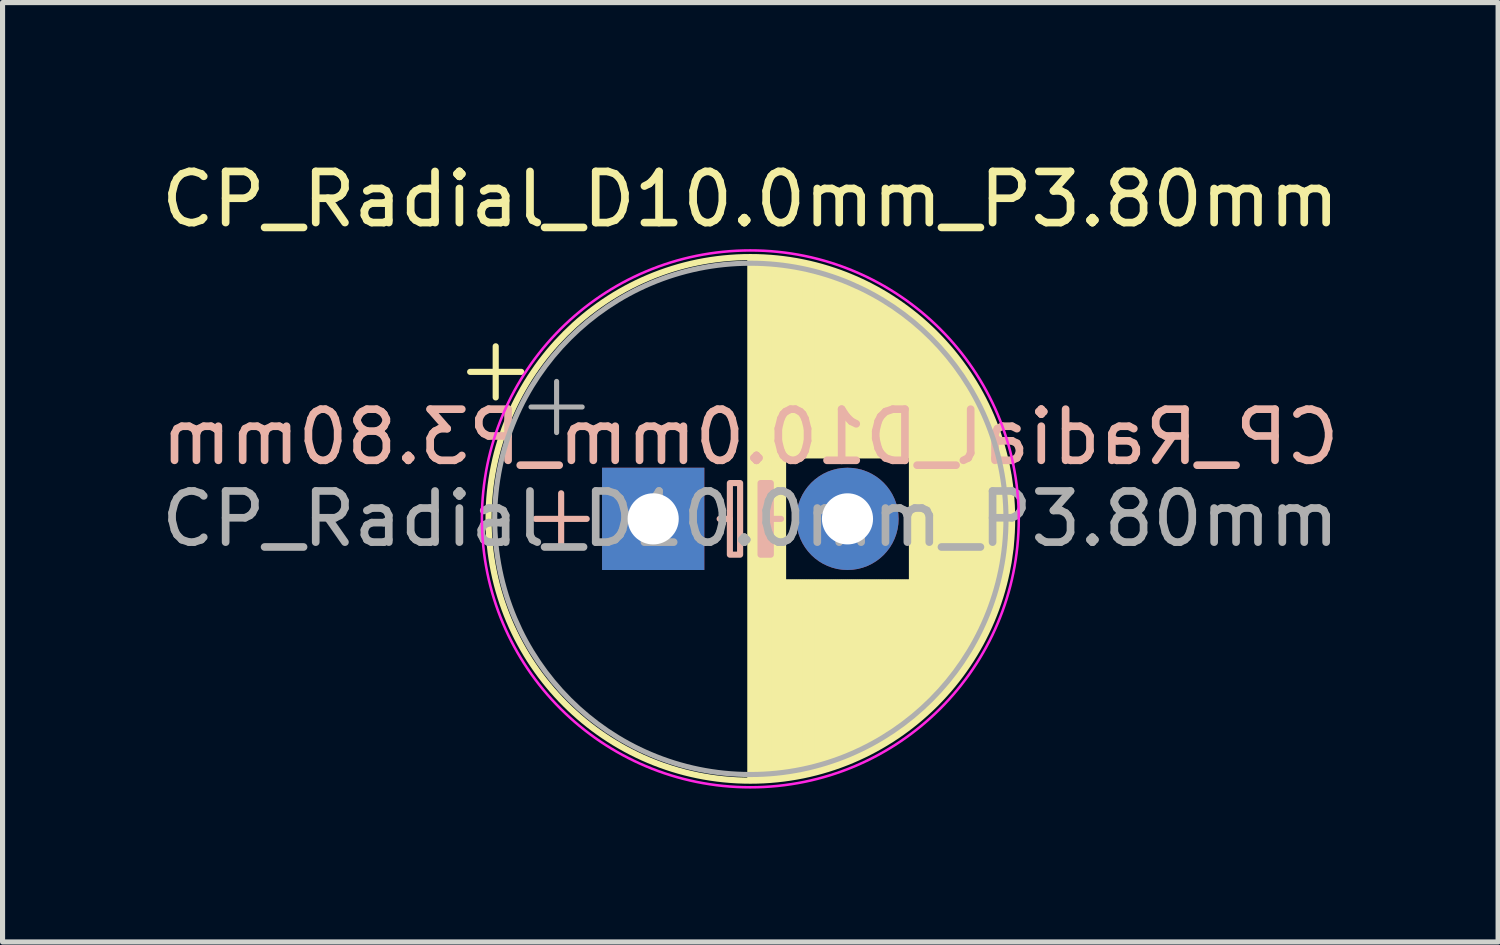
<source format=kicad_pcb>
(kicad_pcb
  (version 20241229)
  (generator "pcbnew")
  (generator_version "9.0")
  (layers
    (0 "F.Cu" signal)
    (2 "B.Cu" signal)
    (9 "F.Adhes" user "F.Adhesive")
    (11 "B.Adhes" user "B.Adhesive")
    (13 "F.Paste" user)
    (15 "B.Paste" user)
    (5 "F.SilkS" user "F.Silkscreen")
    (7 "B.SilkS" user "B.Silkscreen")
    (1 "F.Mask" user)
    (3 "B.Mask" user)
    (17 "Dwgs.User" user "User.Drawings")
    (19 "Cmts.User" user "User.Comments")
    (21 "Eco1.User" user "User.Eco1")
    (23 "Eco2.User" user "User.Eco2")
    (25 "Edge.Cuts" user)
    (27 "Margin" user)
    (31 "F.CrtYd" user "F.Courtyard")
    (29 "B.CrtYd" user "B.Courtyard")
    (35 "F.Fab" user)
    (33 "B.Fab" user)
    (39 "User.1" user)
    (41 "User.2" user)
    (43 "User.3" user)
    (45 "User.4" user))
  (footprint "CP_Radial_D10.0mm_P3.80mm"
    (layer "F.Cu")
    (at 9.725 7.098)
    (property "Reference" "CP_Radial_D10.0mm_P3.80mm" (at 1.9 -6.25 0) (layer "F.SilkS") (effects (font (size 1 1) (thickness 0.15))))
    (fp_line (start -3.58 -2.875) (end -2.58 -2.875) (stroke (width 0.12) (type solid)) (layer "F.SilkS"))
    (fp_line (start -3.08 -3.375) (end -3.08 -2.375) (stroke (width 0.12) (type solid)) (layer "F.SilkS"))
    (fp_line (start 1.9 -5.08) (end 1.9 5.08) (stroke (width 0.12) (type solid)) (layer "F.SilkS"))
    (fp_line (start 1.94 -5.08) (end 1.94 5.08) (stroke (width 0.12) (type solid)) (layer "F.SilkS"))
    (fp_line (start 1.98 -5.08) (end 1.98 5.08) (stroke (width 0.12) (type solid)) (layer "F.SilkS"))
    (fp_line (start 2.02 -5.079) (end 2.02 5.079) (stroke (width 0.12) (type solid)) (layer "F.SilkS"))
    (fp_line (start 2.06 -5.078) (end 2.06 5.078) (stroke (width 0.12) (type solid)) (layer "F.SilkS"))
    (fp_line (start 2.1 -5.077) (end 2.1 5.077) (stroke (width 0.12) (type solid)) (layer "F.SilkS"))
    (fp_line (start 2.14 -5.075) (end 2.14 5.075) (stroke (width 0.12) (type solid)) (layer "F.SilkS"))
    (fp_line (start 2.18 -5.073) (end 2.18 5.073) (stroke (width 0.12) (type solid)) (layer "F.SilkS"))
    (fp_line (start 2.22 -5.07) (end 2.22 5.07) (stroke (width 0.12) (type solid)) (layer "F.SilkS"))
    (fp_line (start 2.26 -5.068) (end 2.26 5.068) (stroke (width 0.12) (type solid)) (layer "F.SilkS"))
    (fp_line (start 2.3 -5.065) (end 2.3 5.065) (stroke (width 0.12) (type solid)) (layer "F.SilkS"))
    (fp_line (start 2.34 -5.062) (end 2.34 5.062) (stroke (width 0.12) (type solid)) (layer "F.SilkS"))
    (fp_line (start 2.38 -5.058) (end 2.38 5.058) (stroke (width 0.12) (type solid)) (layer "F.SilkS"))
    (fp_line (start 2.42 -5.054) (end 2.42 5.054) (stroke (width 0.12) (type solid)) (layer "F.SilkS"))
    (fp_line (start 2.46 -5.05) (end 2.46 5.05) (stroke (width 0.12) (type solid)) (layer "F.SilkS"))
    (fp_line (start 2.5 -5.045) (end 2.5 5.045) (stroke (width 0.12) (type solid)) (layer "F.SilkS"))
    (fp_line (start 2.54 -5.04) (end 2.54 5.04) (stroke (width 0.12) (type solid)) (layer "F.SilkS"))
    (fp_line (start 2.58 -5.035) (end 2.58 -1.241) (stroke (width 0.12) (type solid)) (layer "F.SilkS"))
    (fp_line (start 2.58 1.241) (end 2.58 5.035) (stroke (width 0.12) (type solid)) (layer "F.SilkS"))
    (fp_line (start 2.621 -5.03) (end 2.621 -1.241) (stroke (width 0.12) (type solid)) (layer "F.SilkS"))
    (fp_line (start 2.621 1.241) (end 2.621 5.03) (stroke (width 0.12) (type solid)) (layer "F.SilkS"))
    (fp_line (start 2.661 -5.024) (end 2.661 -1.241) (stroke (width 0.12) (type solid)) (layer "F.SilkS"))
    (fp_line (start 2.661 1.241) (end 2.661 5.024) (stroke (width 0.12) (type solid)) (layer "F.SilkS"))
    (fp_line (start 2.701 -5.018) (end 2.701 -1.241) (stroke (width 0.12) (type solid)) (layer "F.SilkS"))
    (fp_line (start 2.701 1.241) (end 2.701 5.018) (stroke (width 0.12) (type solid)) (layer "F.SilkS"))
    (fp_line (start 2.741 -5.011) (end 2.741 -1.241) (stroke (width 0.12) (type solid)) (layer "F.SilkS"))
    (fp_line (start 2.741 1.241) (end 2.741 5.011) (stroke (width 0.12) (type solid)) (layer "F.SilkS"))
    (fp_line (start 2.781 -5.004) (end 2.781 -1.241) (stroke (width 0.12) (type solid)) (layer "F.SilkS"))
    (fp_line (start 2.781 1.241) (end 2.781 5.004) (stroke (width 0.12) (type solid)) (layer "F.SilkS"))
    (fp_line (start 2.821 -4.997) (end 2.821 -1.241) (stroke (width 0.12) (type solid)) (layer "F.SilkS"))
    (fp_line (start 2.821 1.241) (end 2.821 4.997) (stroke (width 0.12) (type solid)) (layer "F.SilkS"))
    (fp_line (start 2.861 -4.99) (end 2.861 -1.241) (stroke (width 0.12) (type solid)) (layer "F.SilkS"))
    (fp_line (start 2.861 1.241) (end 2.861 4.99) (stroke (width 0.12) (type solid)) (layer "F.SilkS"))
    (fp_line (start 2.901 -4.982) (end 2.901 -1.241) (stroke (width 0.12) (type solid)) (layer "F.SilkS"))
    (fp_line (start 2.901 1.241) (end 2.901 4.982) (stroke (width 0.12) (type solid)) (layer "F.SilkS"))
    (fp_line (start 2.941 -4.974) (end 2.941 -1.241) (stroke (width 0.12) (type solid)) (layer "F.SilkS"))
    (fp_line (start 2.941 1.241) (end 2.941 4.974) (stroke (width 0.12) (type solid)) (layer "F.SilkS"))
    (fp_line (start 2.981 -4.965) (end 2.981 -1.241) (stroke (width 0.12) (type solid)) (layer "F.SilkS"))
    (fp_line (start 2.981 1.241) (end 2.981 4.965) (stroke (width 0.12) (type solid)) (layer "F.SilkS"))
    (fp_line (start 3.021 -4.956) (end 3.021 -1.241) (stroke (width 0.12) (type solid)) (layer "F.SilkS"))
    (fp_line (start 3.021 1.241) (end 3.021 4.956) (stroke (width 0.12) (type solid)) (layer "F.SilkS"))
    (fp_line (start 3.061 -4.947) (end 3.061 -1.241) (stroke (width 0.12) (type solid)) (layer "F.SilkS"))
    (fp_line (start 3.061 1.241) (end 3.061 4.947) (stroke (width 0.12) (type solid)) (layer "F.SilkS"))
    (fp_line (start 3.101 -4.938) (end 3.101 -1.241) (stroke (width 0.12) (type solid)) (layer "F.SilkS"))
    (fp_line (start 3.101 1.241) (end 3.101 4.938) (stroke (width 0.12) (type solid)) (layer "F.SilkS"))
    (fp_line (start 3.141 -4.928) (end 3.141 -1.241) (stroke (width 0.12) (type solid)) (layer "F.SilkS"))
    (fp_line (start 3.141 1.241) (end 3.141 4.928) (stroke (width 0.12) (type solid)) (layer "F.SilkS"))
    (fp_line (start 3.181 -4.918) (end 3.181 -1.241) (stroke (width 0.12) (type solid)) (layer "F.SilkS"))
    (fp_line (start 3.181 1.241) (end 3.181 4.918) (stroke (width 0.12) (type solid)) (layer "F.SilkS"))
    (fp_line (start 3.221 -4.907) (end 3.221 -1.241) (stroke (width 0.12) (type solid)) (layer "F.SilkS"))
    (fp_line (start 3.221 1.241) (end 3.221 4.907) (stroke (width 0.12) (type solid)) (layer "F.SilkS"))
    (fp_line (start 3.261 -4.897) (end 3.261 -1.241) (stroke (width 0.12) (type solid)) (layer "F.SilkS"))
    (fp_line (start 3.261 1.241) (end 3.261 4.897) (stroke (width 0.12) (type solid)) (layer "F.SilkS"))
    (fp_line (start 3.301 -4.885) (end 3.301 -1.241) (stroke (width 0.12) (type solid)) (layer "F.SilkS"))
    (fp_line (start 3.301 1.241) (end 3.301 4.885) (stroke (width 0.12) (type solid)) (layer "F.SilkS"))
    (fp_line (start 3.341 -4.874) (end 3.341 -1.241) (stroke (width 0.12) (type solid)) (layer "F.SilkS"))
    (fp_line (start 3.341 1.241) (end 3.341 4.874) (stroke (width 0.12) (type solid)) (layer "F.SilkS"))
    (fp_line (start 3.381 -4.862) (end 3.381 -1.241) (stroke (width 0.12) (type solid)) (layer "F.SilkS"))
    (fp_line (start 3.381 1.241) (end 3.381 4.862) (stroke (width 0.12) (type solid)) (layer "F.SilkS"))
    (fp_line (start 3.421 -4.85) (end 3.421 -1.241) (stroke (width 0.12) (type solid)) (layer "F.SilkS"))
    (fp_line (start 3.421 1.241) (end 3.421 4.85) (stroke (width 0.12) (type solid)) (layer "F.SilkS"))
    (fp_line (start 3.461 -4.837) (end 3.461 -1.241) (stroke (width 0.12) (type solid)) (layer "F.SilkS"))
    (fp_line (start 3.461 1.241) (end 3.461 4.837) (stroke (width 0.12) (type solid)) (layer "F.SilkS"))
    (fp_line (start 3.501 -4.824) (end 3.501 -1.241) (stroke (width 0.12) (type solid)) (layer "F.SilkS"))
    (fp_line (start 3.501 1.241) (end 3.501 4.824) (stroke (width 0.12) (type solid)) (layer "F.SilkS"))
    (fp_line (start 3.541 -4.811) (end 3.541 -1.241) (stroke (width 0.12) (type solid)) (layer "F.SilkS"))
    (fp_line (start 3.541 1.241) (end 3.541 4.811) (stroke (width 0.12) (type solid)) (layer "F.SilkS"))
    (fp_line (start 3.581 -4.797) (end 3.581 -1.241) (stroke (width 0.12) (type solid)) (layer "F.SilkS"))
    (fp_line (start 3.581 1.241) (end 3.581 4.797) (stroke (width 0.12) (type solid)) (layer "F.SilkS"))
    (fp_line (start 3.621 -4.783) (end 3.621 -1.241) (stroke (width 0.12) (type solid)) (layer "F.SilkS"))
    (fp_line (start 3.621 1.241) (end 3.621 4.783) (stroke (width 0.12) (type solid)) (layer "F.SilkS"))
    (fp_line (start 3.661 -4.768) (end 3.661 -1.241) (stroke (width 0.12) (type solid)) (layer "F.SilkS"))
    (fp_line (start 3.661 1.241) (end 3.661 4.768) (stroke (width 0.12) (type solid)) (layer "F.SilkS"))
    (fp_line (start 3.701 -4.754) (end 3.701 -1.241) (stroke (width 0.12) (type solid)) (layer "F.SilkS"))
    (fp_line (start 3.701 1.241) (end 3.701 4.754) (stroke (width 0.12) (type solid)) (layer "F.SilkS"))
    (fp_line (start 3.741 -4.738) (end 3.741 -1.241) (stroke (width 0.12) (type solid)) (layer "F.SilkS"))
    (fp_line (start 3.741 1.241) (end 3.741 4.738) (stroke (width 0.12) (type solid)) (layer "F.SilkS"))
    (fp_line (start 3.781 -4.723) (end 3.781 -1.241) (stroke (width 0.12) (type solid)) (layer "F.SilkS"))
    (fp_line (start 3.781 1.241) (end 3.781 4.723) (stroke (width 0.12) (type solid)) (layer "F.SilkS"))
    (fp_line (start 3.821 -4.707) (end 3.821 -1.241) (stroke (width 0.12) (type solid)) (layer "F.SilkS"))
    (fp_line (start 3.821 1.241) (end 3.821 4.707) (stroke (width 0.12) (type solid)) (layer "F.SilkS"))
    (fp_line (start 3.861 -4.69) (end 3.861 -1.241) (stroke (width 0.12) (type solid)) (layer "F.SilkS"))
    (fp_line (start 3.861 1.241) (end 3.861 4.69) (stroke (width 0.12) (type solid)) (layer "F.SilkS"))
    (fp_line (start 3.901 -4.674) (end 3.901 -1.241) (stroke (width 0.12) (type solid)) (layer "F.SilkS"))
    (fp_line (start 3.901 1.241) (end 3.901 4.674) (stroke (width 0.12) (type solid)) (layer "F.SilkS"))
    (fp_line (start 3.941 -4.657) (end 3.941 -1.241) (stroke (width 0.12) (type solid)) (layer "F.SilkS"))
    (fp_line (start 3.941 1.241) (end 3.941 4.657) (stroke (width 0.12) (type solid)) (layer "F.SilkS"))
    (fp_line (start 3.981 -4.639) (end 3.981 -1.241) (stroke (width 0.12) (type solid)) (layer "F.SilkS"))
    (fp_line (start 3.981 1.241) (end 3.981 4.639) (stroke (width 0.12) (type solid)) (layer "F.SilkS"))
    (fp_line (start 4.021 -4.621) (end 4.021 -1.241) (stroke (width 0.12) (type solid)) (layer "F.SilkS"))
    (fp_line (start 4.021 1.241) (end 4.021 4.621) (stroke (width 0.12) (type solid)) (layer "F.SilkS"))
    (fp_line (start 4.061 -4.603) (end 4.061 -1.241) (stroke (width 0.12) (type solid)) (layer "F.SilkS"))
    (fp_line (start 4.061 1.241) (end 4.061 4.603) (stroke (width 0.12) (type solid)) (layer "F.SilkS"))
    (fp_line (start 4.101 -4.584) (end 4.101 -1.241) (stroke (width 0.12) (type solid)) (layer "F.SilkS"))
    (fp_line (start 4.101 1.241) (end 4.101 4.584) (stroke (width 0.12) (type solid)) (layer "F.SilkS"))
    (fp_line (start 4.141 -4.564) (end 4.141 -1.241) (stroke (width 0.12) (type solid)) (layer "F.SilkS"))
    (fp_line (start 4.141 1.241) (end 4.141 4.564) (stroke (width 0.12) (type solid)) (layer "F.SilkS"))
    (fp_line (start 4.181 -4.545) (end 4.181 -1.241) (stroke (width 0.12) (type solid)) (layer "F.SilkS"))
    (fp_line (start 4.181 1.241) (end 4.181 4.545) (stroke (width 0.12) (type solid)) (layer "F.SilkS"))
    (fp_line (start 4.221 -4.525) (end 4.221 -1.241) (stroke (width 0.12) (type solid)) (layer "F.SilkS"))
    (fp_line (start 4.221 1.241) (end 4.221 4.525) (stroke (width 0.12) (type solid)) (layer "F.SilkS"))
    (fp_line (start 4.261 -4.504) (end 4.261 -1.241) (stroke (width 0.12) (type solid)) (layer "F.SilkS"))
    (fp_line (start 4.261 1.241) (end 4.261 4.504) (stroke (width 0.12) (type solid)) (layer "F.SilkS"))
    (fp_line (start 4.301 -4.483) (end 4.301 -1.241) (stroke (width 0.12) (type solid)) (layer "F.SilkS"))
    (fp_line (start 4.301 1.241) (end 4.301 4.483) (stroke (width 0.12) (type solid)) (layer "F.SilkS"))
    (fp_line (start 4.341 -4.462) (end 4.341 -1.241) (stroke (width 0.12) (type solid)) (layer "F.SilkS"))
    (fp_line (start 4.341 1.241) (end 4.341 4.462) (stroke (width 0.12) (type solid)) (layer "F.SilkS"))
    (fp_line (start 4.381 -4.44) (end 4.381 -1.241) (stroke (width 0.12) (type solid)) (layer "F.SilkS"))
    (fp_line (start 4.381 1.241) (end 4.381 4.44) (stroke (width 0.12) (type solid)) (layer "F.SilkS"))
    (fp_line (start 4.421 -4.417) (end 4.421 -1.241) (stroke (width 0.12) (type solid)) (layer "F.SilkS"))
    (fp_line (start 4.421 1.241) (end 4.421 4.417) (stroke (width 0.12) (type solid)) (layer "F.SilkS"))
    (fp_line (start 4.461 -4.395) (end 4.461 -1.241) (stroke (width 0.12) (type solid)) (layer "F.SilkS"))
    (fp_line (start 4.461 1.241) (end 4.461 4.395) (stroke (width 0.12) (type solid)) (layer "F.SilkS"))
    (fp_line (start 4.501 -4.371) (end 4.501 -1.241) (stroke (width 0.12) (type solid)) (layer "F.SilkS"))
    (fp_line (start 4.501 1.241) (end 4.501 4.371) (stroke (width 0.12) (type solid)) (layer "F.SilkS"))
    (fp_line (start 4.541 -4.347) (end 4.541 -1.241) (stroke (width 0.12) (type solid)) (layer "F.SilkS"))
    (fp_line (start 4.541 1.241) (end 4.541 4.347) (stroke (width 0.12) (type solid)) (layer "F.SilkS"))
    (fp_line (start 4.581 -4.323) (end 4.581 -1.241) (stroke (width 0.12) (type solid)) (layer "F.SilkS"))
    (fp_line (start 4.581 1.241) (end 4.581 4.323) (stroke (width 0.12) (type solid)) (layer "F.SilkS"))
    (fp_line (start 4.621 -4.298) (end 4.621 -1.241) (stroke (width 0.12) (type solid)) (layer "F.SilkS"))
    (fp_line (start 4.621 1.241) (end 4.621 4.298) (stroke (width 0.12) (type solid)) (layer "F.SilkS"))
    (fp_line (start 4.661 -4.273) (end 4.661 -1.241) (stroke (width 0.12) (type solid)) (layer "F.SilkS"))
    (fp_line (start 4.661 1.241) (end 4.661 4.273) (stroke (width 0.12) (type solid)) (layer "F.SilkS"))
    (fp_line (start 4.701 -4.247) (end 4.701 -1.241) (stroke (width 0.12) (type solid)) (layer "F.SilkS"))
    (fp_line (start 4.701 1.241) (end 4.701 4.247) (stroke (width 0.12) (type solid)) (layer "F.SilkS"))
    (fp_line (start 4.741 -4.221) (end 4.741 -1.241) (stroke (width 0.12) (type solid)) (layer "F.SilkS"))
    (fp_line (start 4.741 1.241) (end 4.741 4.221) (stroke (width 0.12) (type solid)) (layer "F.SilkS"))
    (fp_line (start 4.781 -4.194) (end 4.781 -1.241) (stroke (width 0.12) (type solid)) (layer "F.SilkS"))
    (fp_line (start 4.781 1.241) (end 4.781 4.194) (stroke (width 0.12) (type solid)) (layer "F.SilkS"))
    (fp_line (start 4.821 -4.166) (end 4.821 -1.241) (stroke (width 0.12) (type solid)) (layer "F.SilkS"))
    (fp_line (start 4.821 1.241) (end 4.821 4.166) (stroke (width 0.12) (type solid)) (layer "F.SilkS"))
    (fp_line (start 4.861 -4.138) (end 4.861 -1.241) (stroke (width 0.12) (type solid)) (layer "F.SilkS"))
    (fp_line (start 4.861 1.241) (end 4.861 4.138) (stroke (width 0.12) (type solid)) (layer "F.SilkS"))
    (fp_line (start 4.901 -4.11) (end 4.901 -1.241) (stroke (width 0.12) (type solid)) (layer "F.SilkS"))
    (fp_line (start 4.901 1.241) (end 4.901 4.11) (stroke (width 0.12) (type solid)) (layer "F.SilkS"))
    (fp_line (start 4.941 -4.08) (end 4.941 -1.241) (stroke (width 0.12) (type solid)) (layer "F.SilkS"))
    (fp_line (start 4.941 1.241) (end 4.941 4.08) (stroke (width 0.12) (type solid)) (layer "F.SilkS"))
    (fp_line (start 4.981 -4.05) (end 4.981 -1.241) (stroke (width 0.12) (type solid)) (layer "F.SilkS"))
    (fp_line (start 4.981 1.241) (end 4.981 4.05) (stroke (width 0.12) (type solid)) (layer "F.SilkS"))
    (fp_line (start 5.021 -4.02) (end 5.021 -1.241) (stroke (width 0.12) (type solid)) (layer "F.SilkS"))
    (fp_line (start 5.021 1.241) (end 5.021 4.02) (stroke (width 0.12) (type solid)) (layer "F.SilkS"))
    (fp_line (start 5.061 -3.989) (end 5.061 3.989) (stroke (width 0.12) (type solid)) (layer "F.SilkS"))
    (fp_line (start 5.101 -3.957) (end 5.101 3.957) (stroke (width 0.12) (type solid)) (layer "F.SilkS"))
    (fp_line (start 5.141 -3.925) (end 5.141 3.925) (stroke (width 0.12) (type solid)) (layer "F.SilkS"))
    (fp_line (start 5.181 -3.892) (end 5.181 3.892) (stroke (width 0.12) (type solid)) (layer "F.SilkS"))
    (fp_line (start 5.221 -3.858) (end 5.221 3.858) (stroke (width 0.12) (type solid)) (layer "F.SilkS"))
    (fp_line (start 5.261 -3.824) (end 5.261 3.824) (stroke (width 0.12) (type solid)) (layer "F.SilkS"))
    (fp_line (start 5.301 -3.789) (end 5.301 3.789) (stroke (width 0.12) (type solid)) (layer "F.SilkS"))
    (fp_line (start 5.341 -3.753) (end 5.341 3.753) (stroke (width 0.12) (type solid)) (layer "F.SilkS"))
    (fp_line (start 5.381 -3.716) (end 5.381 3.716) (stroke (width 0.12) (type solid)) (layer "F.SilkS"))
    (fp_line (start 5.421 -3.679) (end 5.421 3.679) (stroke (width 0.12) (type solid)) (layer "F.SilkS"))
    (fp_line (start 5.461 -3.64) (end 5.461 3.64) (stroke (width 0.12) (type solid)) (layer "F.SilkS"))
    (fp_line (start 5.501 -3.601) (end 5.501 3.601) (stroke (width 0.12) (type solid)) (layer "F.SilkS"))
    (fp_line (start 5.541 -3.561) (end 5.541 3.561) (stroke (width 0.12) (type solid)) (layer "F.SilkS"))
    (fp_line (start 5.581 -3.52) (end 5.581 3.52) (stroke (width 0.12) (type solid)) (layer "F.SilkS"))
    (fp_line (start 5.621 -3.478) (end 5.621 3.478) (stroke (width 0.12) (type solid)) (layer "F.SilkS"))
    (fp_line (start 5.661 -3.436) (end 5.661 3.436) (stroke (width 0.12) (type solid)) (layer "F.SilkS"))
    (fp_line (start 5.701 -3.392) (end 5.701 3.392) (stroke (width 0.12) (type solid)) (layer "F.SilkS"))
    (fp_line (start 5.741 -3.347) (end 5.741 3.347) (stroke (width 0.12) (type solid)) (layer "F.SilkS"))
    (fp_line (start 5.781 -3.301) (end 5.781 3.301) (stroke (width 0.12) (type solid)) (layer "F.SilkS"))
    (fp_line (start 5.821 -3.254) (end 5.821 3.254) (stroke (width 0.12) (type solid)) (layer "F.SilkS"))
    (fp_line (start 5.861 -3.206) (end 5.861 3.206) (stroke (width 0.12) (type solid)) (layer "F.SilkS"))
    (fp_line (start 5.901 -3.156) (end 5.901 3.156) (stroke (width 0.12) (type solid)) (layer "F.SilkS"))
    (fp_line (start 5.941 -3.106) (end 5.941 3.106) (stroke (width 0.12) (type solid)) (layer "F.SilkS"))
    (fp_line (start 5.981 -3.054) (end 5.981 3.054) (stroke (width 0.12) (type solid)) (layer "F.SilkS"))
    (fp_line (start 6.021 -3) (end 6.021 3) (stroke (width 0.12) (type solid)) (layer "F.SilkS"))
    (fp_line (start 6.061 -2.945) (end 6.061 2.945) (stroke (width 0.12) (type solid)) (layer "F.SilkS"))
    (fp_line (start 6.101 -2.889) (end 6.101 2.889) (stroke (width 0.12) (type solid)) (layer "F.SilkS"))
    (fp_line (start 6.141 -2.83) (end 6.141 2.83) (stroke (width 0.12) (type solid)) (layer "F.SilkS"))
    (fp_line (start 6.181 -2.77) (end 6.181 2.77) (stroke (width 0.12) (type solid)) (layer "F.SilkS"))
    (fp_line (start 6.221 -2.709) (end 6.221 2.709) (stroke (width 0.12) (type solid)) (layer "F.SilkS"))
    (fp_line (start 6.261 -2.645) (end 6.261 2.645) (stroke (width 0.12) (type solid)) (layer "F.SilkS"))
    (fp_line (start 6.301 -2.579) (end 6.301 2.579) (stroke (width 0.12) (type solid)) (layer "F.SilkS"))
    (fp_line (start 6.341 -2.51) (end 6.341 2.51) (stroke (width 0.12) (type solid)) (layer "F.SilkS"))
    (fp_line (start 6.381 -2.439) (end 6.381 2.439) (stroke (width 0.12) (type solid)) (layer "F.SilkS"))
    (fp_line (start 6.421 -2.365) (end 6.421 2.365) (stroke (width 0.12) (type solid)) (layer "F.SilkS"))
    (fp_line (start 6.461 -2.289) (end 6.461 2.289) (stroke (width 0.12) (type solid)) (layer "F.SilkS"))
    (fp_line (start 6.501 -2.209) (end 6.501 2.209) (stroke (width 0.12) (type solid)) (layer "F.SilkS"))
    (fp_line (start 6.541 -2.125) (end 6.541 2.125) (stroke (width 0.12) (type solid)) (layer "F.SilkS"))
    (fp_line (start 6.581 -2.037) (end 6.581 2.037) (stroke (width 0.12) (type solid)) (layer "F.SilkS"))
    (fp_line (start 6.621 -1.944) (end 6.621 1.944) (stroke (width 0.12) (type solid)) (layer "F.SilkS"))
    (fp_line (start 6.661 -1.846) (end 6.661 1.846) (stroke (width 0.12) (type solid)) (layer "F.SilkS"))
    (fp_line (start 6.701 -1.742) (end 6.701 1.742) (stroke (width 0.12) (type solid)) (layer "F.SilkS"))
    (fp_line (start 6.741 -1.63) (end 6.741 1.63) (stroke (width 0.12) (type solid)) (layer "F.SilkS"))
    (fp_line (start 6.781 -1.51) (end 6.781 1.51) (stroke (width 0.12) (type solid)) (layer "F.SilkS"))
    (fp_line (start 6.821 -1.378) (end 6.821 1.378) (stroke (width 0.12) (type solid)) (layer "F.SilkS"))
    (fp_line (start 6.861 -1.23) (end 6.861 1.23) (stroke (width 0.12) (type solid)) (layer "F.SilkS"))
    (fp_line (start 6.901 -1.062) (end 6.901 1.062) (stroke (width 0.12) (type solid)) (layer "F.SilkS"))
    (fp_line (start 6.941 -0.862) (end 6.941 0.862) (stroke (width 0.12) (type solid)) (layer "F.SilkS"))
    (fp_line (start 6.981 -0.599) (end 6.981 0.599) (stroke (width 0.12) (type solid)) (layer "F.SilkS"))
    (fp_circle (center 1.9 0) (end 7.02 0) (stroke (width 0.12) (type solid)) (fill no) (layer "F.SilkS"))
    (fp_line (start -1.8 -0.5) (end -1.8 0.5) (stroke (width 0.12) (type solid)) (layer "B.SilkS"))
    (fp_line (start -1.3 0) (end -2.3 0) (stroke (width 0.12) (type solid)) (layer "B.SilkS"))
    (fp_line (start 1.5 0) (end 1.3 0) (stroke (width 0.12) (type solid)) (layer "B.SilkS"))
    (fp_line (start 2.3 0) (end 2.5 0) (stroke (width 0.12) (type solid)) (layer "B.SilkS"))
    (fp_rect (start 1.7 -0.7) (end 1.5 0.7) (stroke (width 0.12) (type solid)) (fill no) (layer "B.SilkS"))
    (fp_rect (start 2.3 -0.7) (end 2.1 0.7) (stroke (width 0.12) (type solid)) (fill yes) (layer "B.SilkS"))
    (fp_circle (center 1.9 0) (end 7.15 0) (stroke (width 0.05) (type solid)) (fill no) (layer "F.CrtYd"))
    (fp_line (start -2.389 -2.188) (end -1.389 -2.188) (stroke (width 0.1) (type solid)) (layer "F.Fab"))
    (fp_line (start -1.889 -2.688) (end -1.889 -1.688) (stroke (width 0.1) (type solid)) (layer "F.Fab"))
    (fp_circle (center 1.9 0) (end 6.9 0) (stroke (width 0.1) (type solid)) (fill no) (layer "F.Fab"))
    (fp_text user "${REFERENCE}" (at 1.9 -1.6 0) (layer "B.SilkS") (effects (font (size 1 1) (thickness 0.15)) (justify mirror)))
    (fp_text user "${REFERENCE}" (at 1.9 0 0) (layer "F.Fab") (effects (font (size 1 1) (thickness 0.15))))
    (pad "1" thru_hole rect (at 0 0) (size 2 2) (drill 1) (layers "*.Cu" "*.Mask"))
    (pad "2" thru_hole circle (at 3.8 0) (size 2 2) (drill 1) (layers "*.Cu" "*.Mask")))
  (gr_rect
    (start -3 -3)
    (end 26.25 15.373)
    (stroke (width 0.1) (type default))
    (fill no)
    (layer "Edge.Cuts")))
</source>
